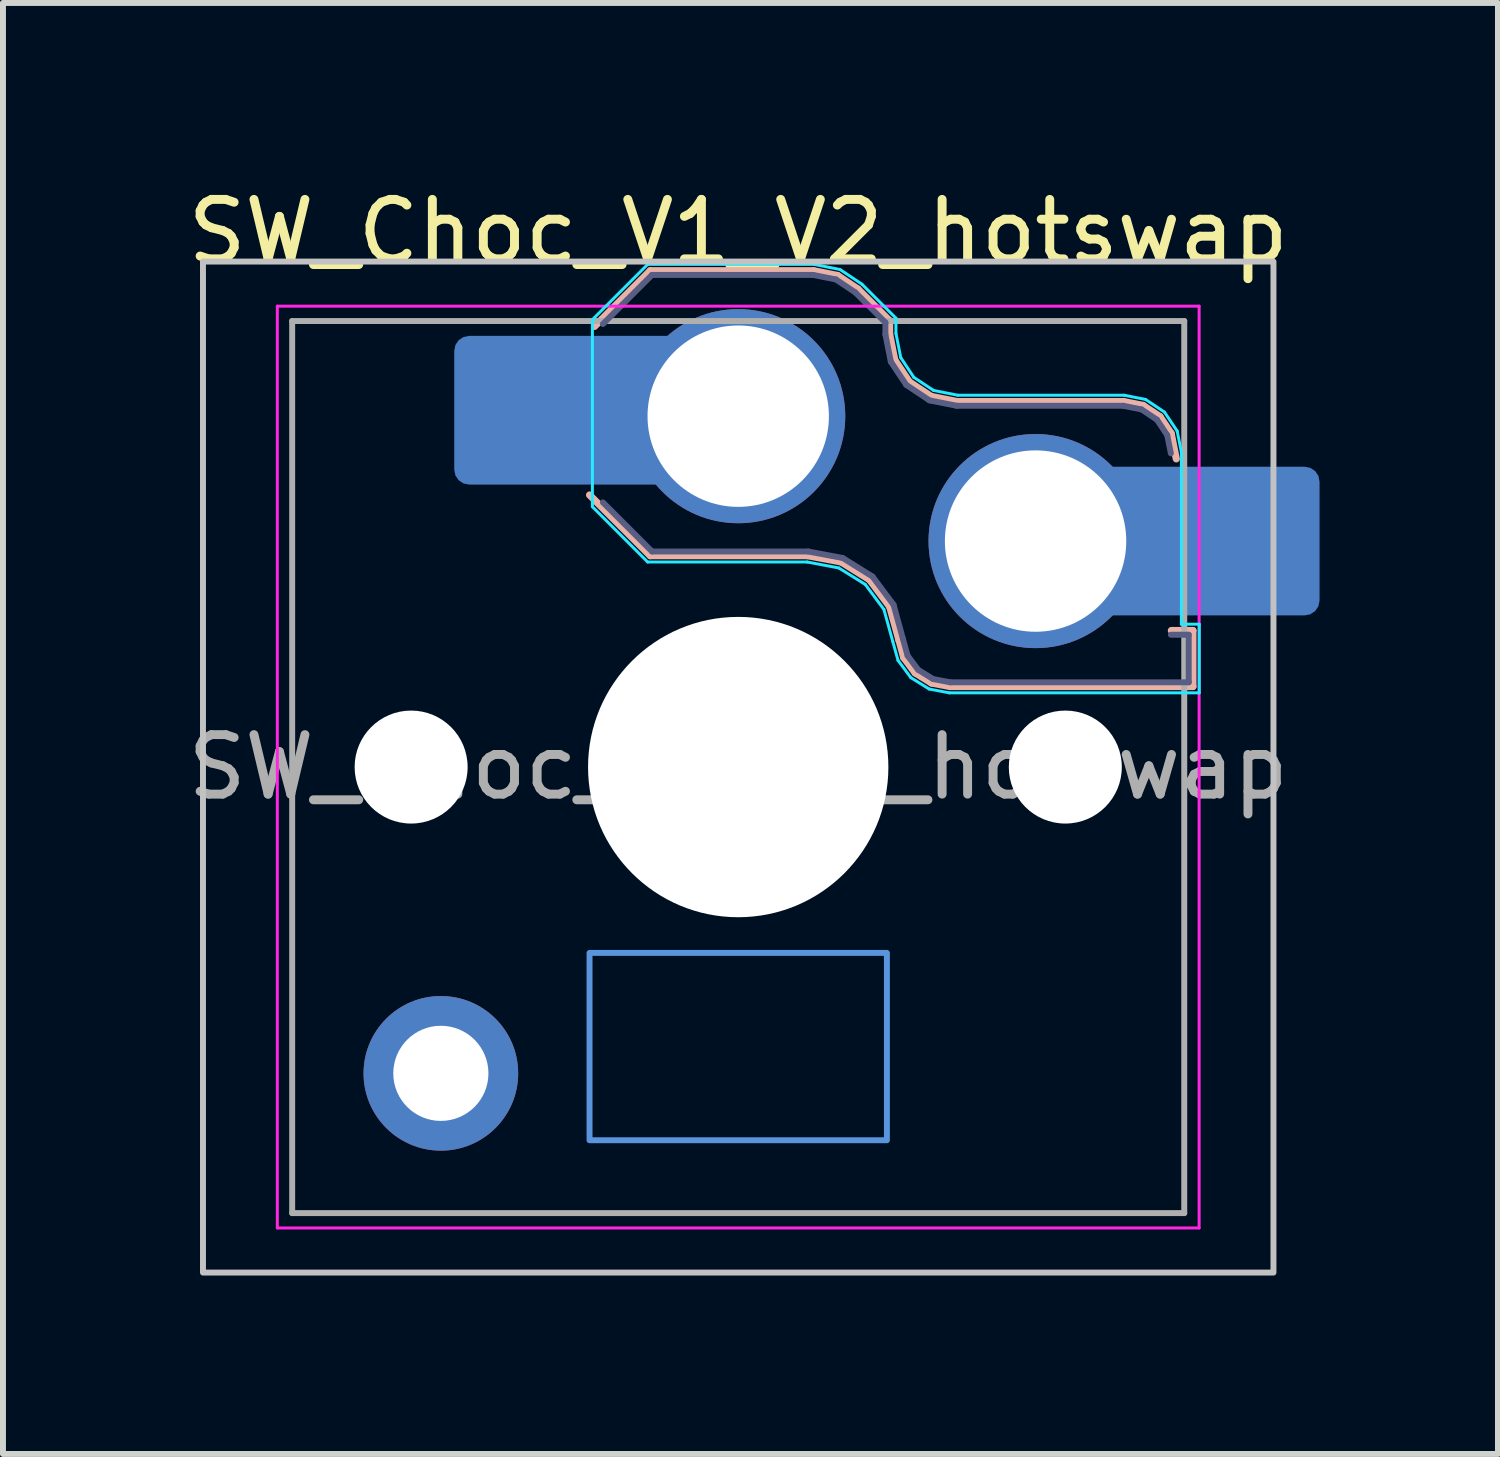
<source format=kicad_pcb>
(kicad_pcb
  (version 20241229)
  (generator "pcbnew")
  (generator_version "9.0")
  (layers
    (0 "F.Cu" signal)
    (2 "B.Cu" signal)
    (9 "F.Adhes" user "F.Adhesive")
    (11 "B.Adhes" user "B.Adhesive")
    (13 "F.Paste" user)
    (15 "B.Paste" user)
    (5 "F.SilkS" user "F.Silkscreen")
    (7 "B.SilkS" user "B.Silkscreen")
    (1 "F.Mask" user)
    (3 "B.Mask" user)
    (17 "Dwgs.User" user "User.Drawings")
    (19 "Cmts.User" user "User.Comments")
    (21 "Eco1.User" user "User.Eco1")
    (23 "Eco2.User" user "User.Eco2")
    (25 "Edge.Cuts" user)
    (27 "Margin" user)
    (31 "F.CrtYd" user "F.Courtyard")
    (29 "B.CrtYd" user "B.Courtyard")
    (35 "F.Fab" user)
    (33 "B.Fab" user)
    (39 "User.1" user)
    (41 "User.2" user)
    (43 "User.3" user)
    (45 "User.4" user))
  (footprint "SW_Choc_V1_V2_hotswap"
    (layer "F.Cu")
    (at 9.363 9.848)
    (property "Reference" "SW_Choc_V1_V2_hotswap" (at 0 -9 0) (layer "F.SilkS") (effects (font (size 1 1) (thickness 0.15))))
    (attr smd)
    (fp_line (start -2.416 -7.409) (end -1.479 -8.346) (stroke (width 0.12) (type solid)) (layer "B.SilkS"))
    (fp_line (start -1.479 -8.346) (end 1.268 -8.346) (stroke (width 0.12) (type solid)) (layer "B.SilkS"))
    (fp_line (start -1.479 -3.554) (end -2.5 -4.575) (stroke (width 0.12) (type solid)) (layer "B.SilkS"))
    (fp_line (start 1.168 -3.554) (end -1.479 -3.554) (stroke (width 0.12) (type solid)) (layer "B.SilkS"))
    (fp_line (start 1.268 -8.346) (end 1.671 -8.266) (stroke (width 0.12) (type solid)) (layer "B.SilkS"))
    (fp_line (start 1.671 -8.266) (end 2.013 -8.037) (stroke (width 0.12) (type solid)) (layer "B.SilkS"))
    (fp_line (start 1.73 -3.449) (end 1.168 -3.554) (stroke (width 0.12) (type solid)) (layer "B.SilkS"))
    (fp_line (start 2.013 -8.037) (end 2.546 -7.504) (stroke (width 0.12) (type solid)) (layer "B.SilkS"))
    (fp_line (start 2.209 -3.15) (end 1.73 -3.449) (stroke (width 0.12) (type solid)) (layer "B.SilkS"))
    (fp_line (start 2.546 -7.504) (end 2.546 -7.282) (stroke (width 0.12) (type solid)) (layer "B.SilkS"))
    (fp_line (start 2.546 -7.282) (end 2.633 -6.844) (stroke (width 0.12) (type solid)) (layer "B.SilkS"))
    (fp_line (start 2.547 -2.697) (end 2.209 -3.15) (stroke (width 0.12) (type solid)) (layer "B.SilkS"))
    (fp_line (start 2.633 -6.844) (end 2.877 -6.477) (stroke (width 0.12) (type solid)) (layer "B.SilkS"))
    (fp_line (start 2.701 -2.139) (end 2.547 -2.697) (stroke (width 0.12) (type solid)) (layer "B.SilkS"))
    (fp_line (start 2.783 -1.841) (end 2.701 -2.139) (stroke (width 0.12) (type solid)) (layer "B.SilkS"))
    (fp_line (start 2.877 -6.477) (end 3.244 -6.233) (stroke (width 0.12) (type solid)) (layer "B.SilkS"))
    (fp_line (start 2.976 -1.583) (end 2.783 -1.841) (stroke (width 0.12) (type solid)) (layer "B.SilkS"))
    (fp_line (start 3.244 -6.233) (end 3.682 -6.146) (stroke (width 0.12) (type solid)) (layer "B.SilkS"))
    (fp_line (start 3.25 -1.413) (end 2.976 -1.583) (stroke (width 0.12) (type solid)) (layer "B.SilkS"))
    (fp_line (start 3.56 -1.354) (end 3.25 -1.413) (stroke (width 0.12) (type solid)) (layer "B.SilkS"))
    (fp_line (start 3.682 -6.146) (end 6.482 -6.146) (stroke (width 0.12) (type solid)) (layer "B.SilkS"))
    (fp_line (start 6.482 -6.146) (end 6.809 -6.081) (stroke (width 0.12) (type solid)) (layer "B.SilkS"))
    (fp_line (start 6.809 -6.081) (end 7.092 -5.892) (stroke (width 0.12) (type solid)) (layer "B.SilkS"))
    (fp_line (start 7.092 -5.892) (end 7.281 -5.609) (stroke (width 0.12) (type solid)) (layer "B.SilkS"))
    (fp_line (start 7.281 -5.609) (end 7.366 -5.182) (stroke (width 0.12) (type solid)) (layer "B.SilkS"))
    (fp_line (start 7.283 -2.296) (end 7.646 -2.296) (stroke (width 0.12) (type solid)) (layer "B.SilkS"))
    (fp_line (start 7.646 -2.296) (end 7.646 -1.354) (stroke (width 0.12) (type solid)) (layer "B.SilkS"))
    (fp_line (start 7.646 -1.354) (end 3.56 -1.354) (stroke (width 0.12) (type solid)) (layer "B.SilkS"))
    (fp_rect (start -9 -8.5) (end 9 8.5) (stroke (width 0.1) (type default)) (fill no) (layer "Dwgs.User"))
    (fp_rect (start -2.5 3.125) (end 2.5 6.275) (stroke (width 0.1) (type default)) (fill no) (layer "Cmts.User"))
    (fp_line (start -7.25 -7.25) (end -7.25 7.25) (stroke (width 0.1) (type solid)) (layer "Eco1.User"))
    (fp_line (start -7.25 7.25) (end 7.25 7.25) (stroke (width 0.1) (type solid)) (layer "Eco1.User"))
    (fp_line (start 7.25 -7.25) (end -7.25 -7.25) (stroke (width 0.1) (type solid)) (layer "Eco1.User"))
    (fp_line (start 7.25 7.25) (end 7.25 -7.25) (stroke (width 0.1) (type solid)) (layer "Eco1.User"))
    (fp_line (start -2.452 -7.523) (end -1.523 -8.452) (stroke (width 0.05) (type solid)) (layer "B.CrtYd"))
    (fp_line (start -2.452 -4.377) (end -2.452 -7.523) (stroke (width 0.05) (type solid)) (layer "B.CrtYd"))
    (fp_line (start -1.523 -8.452) (end 1.278 -8.452) (stroke (width 0.05) (type solid)) (layer "B.CrtYd"))
    (fp_line (start -1.523 -3.448) (end -2.452 -4.377) (stroke (width 0.05) (type solid)) (layer "B.CrtYd"))
    (fp_line (start 1.159 -3.448) (end -1.523 -3.448) (stroke (width 0.05) (type solid)) (layer "B.CrtYd"))
    (fp_line (start 1.278 -8.452) (end 1.712 -8.366) (stroke (width 0.05) (type solid)) (layer "B.CrtYd"))
    (fp_line (start 1.691 -3.348) (end 1.159 -3.448) (stroke (width 0.05) (type solid)) (layer "B.CrtYd"))
    (fp_line (start 1.712 -8.366) (end 2.081 -8.119) (stroke (width 0.05) (type solid)) (layer "B.CrtYd"))
    (fp_line (start 2.081 -8.119) (end 2.652 -7.548) (stroke (width 0.05) (type solid)) (layer "B.CrtYd"))
    (fp_line (start 2.136 -3.071) (end 1.691 -3.348) (stroke (width 0.05) (type solid)) (layer "B.CrtYd"))
    (fp_line (start 2.45 -2.65) (end 2.136 -3.071) (stroke (width 0.05) (type solid)) (layer "B.CrtYd"))
    (fp_line (start 2.599 -2.111) (end 2.45 -2.65) (stroke (width 0.05) (type solid)) (layer "B.CrtYd"))
    (fp_line (start 2.652 -7.548) (end 2.652 -7.292) (stroke (width 0.05) (type solid)) (layer "B.CrtYd"))
    (fp_line (start 2.652 -7.292) (end 2.733 -6.885) (stroke (width 0.05) (type solid)) (layer "B.CrtYd"))
    (fp_line (start 2.687 -1.794) (end 2.599 -2.111) (stroke (width 0.05) (type solid)) (layer "B.CrtYd"))
    (fp_line (start 2.733 -6.885) (end 2.953 -6.553) (stroke (width 0.05) (type solid)) (layer "B.CrtYd"))
    (fp_line (start 2.903 -1.503) (end 2.687 -1.794) (stroke (width 0.05) (type solid)) (layer "B.CrtYd"))
    (fp_line (start 2.953 -6.553) (end 3.285 -6.333) (stroke (width 0.05) (type solid)) (layer "B.CrtYd"))
    (fp_line (start 3.211 -1.312) (end 2.903 -1.503) (stroke (width 0.05) (type solid)) (layer "B.CrtYd"))
    (fp_line (start 3.285 -6.333) (end 3.692 -6.252) (stroke (width 0.05) (type solid)) (layer "B.CrtYd"))
    (fp_line (start 3.55 -1.248) (end 3.211 -1.312) (stroke (width 0.05) (type solid)) (layer "B.CrtYd"))
    (fp_line (start 3.692 -6.252) (end 6.492 -6.252) (stroke (width 0.05) (type solid)) (layer "B.CrtYd"))
    (fp_line (start 6.492 -6.252) (end 6.85 -6.181) (stroke (width 0.05) (type solid)) (layer "B.CrtYd"))
    (fp_line (start 6.85 -6.181) (end 7.168 -5.968) (stroke (width 0.05) (type solid)) (layer "B.CrtYd"))
    (fp_line (start 7.168 -5.968) (end 7.381 -5.65) (stroke (width 0.05) (type solid)) (layer "B.CrtYd"))
    (fp_line (start 7.381 -5.65) (end 7.452 -5.292) (stroke (width 0.05) (type solid)) (layer "B.CrtYd"))
    (fp_line (start 7.452 -5.292) (end 7.452 -2.402) (stroke (width 0.05) (type solid)) (layer "B.CrtYd"))
    (fp_line (start 7.452 -2.402) (end 7.752 -2.402) (stroke (width 0.05) (type solid)) (layer "B.CrtYd"))
    (fp_line (start 7.752 -2.402) (end 7.752 -1.248) (stroke (width 0.05) (type solid)) (layer "B.CrtYd"))
    (fp_line (start 7.752 -1.248) (end 3.55 -1.248) (stroke (width 0.05) (type solid)) (layer "B.CrtYd"))
    (fp_line (start -7.75 -7.75) (end -7.75 7.75) (stroke (width 0.05) (type solid)) (layer "F.CrtYd"))
    (fp_line (start -7.75 7.75) (end 7.75 7.75) (stroke (width 0.05) (type solid)) (layer "F.CrtYd"))
    (fp_line (start 7.75 -7.75) (end -7.75 -7.75) (stroke (width 0.05) (type solid)) (layer "F.CrtYd"))
    (fp_line (start 7.75 7.75) (end 7.75 -7.75) (stroke (width 0.05) (type solid)) (layer "F.CrtYd"))
    (fp_line (start -2.275 -7.45) (end -1.45 -8.275) (stroke (width 0.1) (type solid)) (layer "B.Fab"))
    (fp_line (start -1.45 -8.275) (end 1.261 -8.275) (stroke (width 0.1) (type solid)) (layer "B.Fab"))
    (fp_line (start -1.45 -3.625) (end -2.275 -4.45) (stroke (width 0.1) (type solid)) (layer "B.Fab"))
    (fp_line (start 1.175 -3.625) (end -1.45 -3.625) (stroke (width 0.1) (type solid)) (layer "B.Fab"))
    (fp_line (start 1.261 -8.275) (end 1.643 -8.199) (stroke (width 0.1) (type solid)) (layer "B.Fab"))
    (fp_line (start 1.643 -8.199) (end 1.968 -7.982) (stroke (width 0.1) (type solid)) (layer "B.Fab"))
    (fp_line (start 1.756 -3.516) (end 1.175 -3.625) (stroke (width 0.1) (type solid)) (layer "B.Fab"))
    (fp_line (start 1.968 -7.982) (end 2.475 -7.475) (stroke (width 0.1) (type solid)) (layer "B.Fab"))
    (fp_line (start 2.258 -3.203) (end 1.756 -3.516) (stroke (width 0.1) (type solid)) (layer "B.Fab"))
    (fp_line (start 2.475 -7.475) (end 2.475 -7.275) (stroke (width 0.1) (type solid)) (layer "B.Fab"))
    (fp_line (start 2.475 -7.275) (end 2.566 -6.816) (stroke (width 0.1) (type solid)) (layer "B.Fab"))
    (fp_line (start 2.566 -6.816) (end 2.826 -6.426) (stroke (width 0.1) (type solid)) (layer "B.Fab"))
    (fp_line (start 2.612 -2.729) (end 2.258 -3.203) (stroke (width 0.1) (type solid)) (layer "B.Fab"))
    (fp_line (start 2.769 -2.158) (end 2.612 -2.729) (stroke (width 0.1) (type solid)) (layer "B.Fab"))
    (fp_line (start 2.826 -6.426) (end 3.216 -6.166) (stroke (width 0.1) (type solid)) (layer "B.Fab"))
    (fp_line (start 2.848 -1.873) (end 2.769 -2.158) (stroke (width 0.1) (type solid)) (layer "B.Fab"))
    (fp_line (start 3.025 -1.636) (end 2.848 -1.873) (stroke (width 0.1) (type solid)) (layer "B.Fab"))
    (fp_line (start 3.216 -6.166) (end 3.675 -6.075) (stroke (width 0.1) (type solid)) (layer "B.Fab"))
    (fp_line (start 3.276 -1.48) (end 3.025 -1.636) (stroke (width 0.1) (type solid)) (layer "B.Fab"))
    (fp_line (start 3.567 -1.425) (end 3.276 -1.48) (stroke (width 0.1) (type solid)) (layer "B.Fab"))
    (fp_line (start 3.675 -6.075) (end 6.475 -6.075) (stroke (width 0.1) (type solid)) (layer "B.Fab"))
    (fp_line (start 6.475 -6.075) (end 6.781 -6.014) (stroke (width 0.1) (type solid)) (layer "B.Fab"))
    (fp_line (start 6.781 -6.014) (end 7.041 -5.841) (stroke (width 0.1) (type solid)) (layer "B.Fab"))
    (fp_line (start 7.041 -5.841) (end 7.214 -5.581) (stroke (width 0.1) (type solid)) (layer "B.Fab"))
    (fp_line (start 7.214 -5.581) (end 7.275 -5.275) (stroke (width 0.1) (type solid)) (layer "B.Fab"))
    (fp_line (start 7.275 -2.225) (end 7.575 -2.225) (stroke (width 0.1) (type solid)) (layer "B.Fab"))
    (fp_line (start 7.575 -2.225) (end 7.575 -1.425) (stroke (width 0.1) (type solid)) (layer "B.Fab"))
    (fp_line (start 7.575 -1.425) (end 3.567 -1.425) (stroke (width 0.1) (type solid)) (layer "B.Fab"))
    (fp_line (start -7.5 -7.5) (end -7.5 7.5) (stroke (width 0.1) (type solid)) (layer "F.Fab"))
    (fp_line (start -7.5 7.5) (end 7.5 7.5) (stroke (width 0.1) (type solid)) (layer "F.Fab"))
    (fp_line (start 7.5 -7.5) (end -7.5 -7.5) (stroke (width 0.1) (type solid)) (layer "F.Fab"))
    (fp_line (start 7.5 7.5) (end 7.5 -7.5) (stroke (width 0.1) (type solid)) (layer "F.Fab"))
    (fp_text user "${REFERENCE}" (at 0 0 0) (layer "F.Fab") (effects (font (size 1 1) (thickness 0.15))))
    (pad "" np_thru_hole circle (at -5.5 0) (size 1.9 1.9) (drill 1.9) (layers "*.Cu" "*.Mask"))
    (pad "" smd roundrect (at -3.5 -6) (size 2.55 2.5) (layers "B.Mask" "B.Paste") (roundrect_rratio 0.1))
    (pad "" np_thru_hole circle (at 0 0) (size 5.05 5.05) (drill 5.05) (layers "*.Cu" "*.Mask"))
    (pad "" np_thru_hole circle (at 5.5 0) (size 1.9 1.9) (drill 1.9) (layers "*.Cu" "*.Mask"))
    (pad "" smd roundrect (at 8.5 -3.8) (size 2.55 2.5) (layers "B.Mask" "B.Paste") (roundrect_rratio 0.1))
    (pad "1" smd roundrect (at -2.85 -6) (size 3.85 2.5) (layers "B.Cu") (roundrect_rratio 0.1))
    (pad "1" thru_hole circle (at 0 -5.9) (size 3.6 3.6) (drill 3.05) (layers "*.Cu" "*.Mask"))
    (pad "2" thru_hole circle (at 5 -3.8) (size 3.6 3.6) (drill 3.05) (layers "*.Cu" "*.Mask"))
    (pad "2" smd roundrect (at 7.85 -3.8) (size 3.85 2.5) (layers "B.Cu") (roundrect_rratio 0.1))
    (pad "SH" thru_hole circle (at -5 5.15) (size 2.6 2.6) (drill 1.6) (layers "*.Cu" "*.Mask")))
  (gr_rect
    (start -3 -3)
    (end 22.138 21.398)
    (stroke (width 0.1) (type default))
    (fill no)
    (layer "Edge.Cuts")))
</source>
